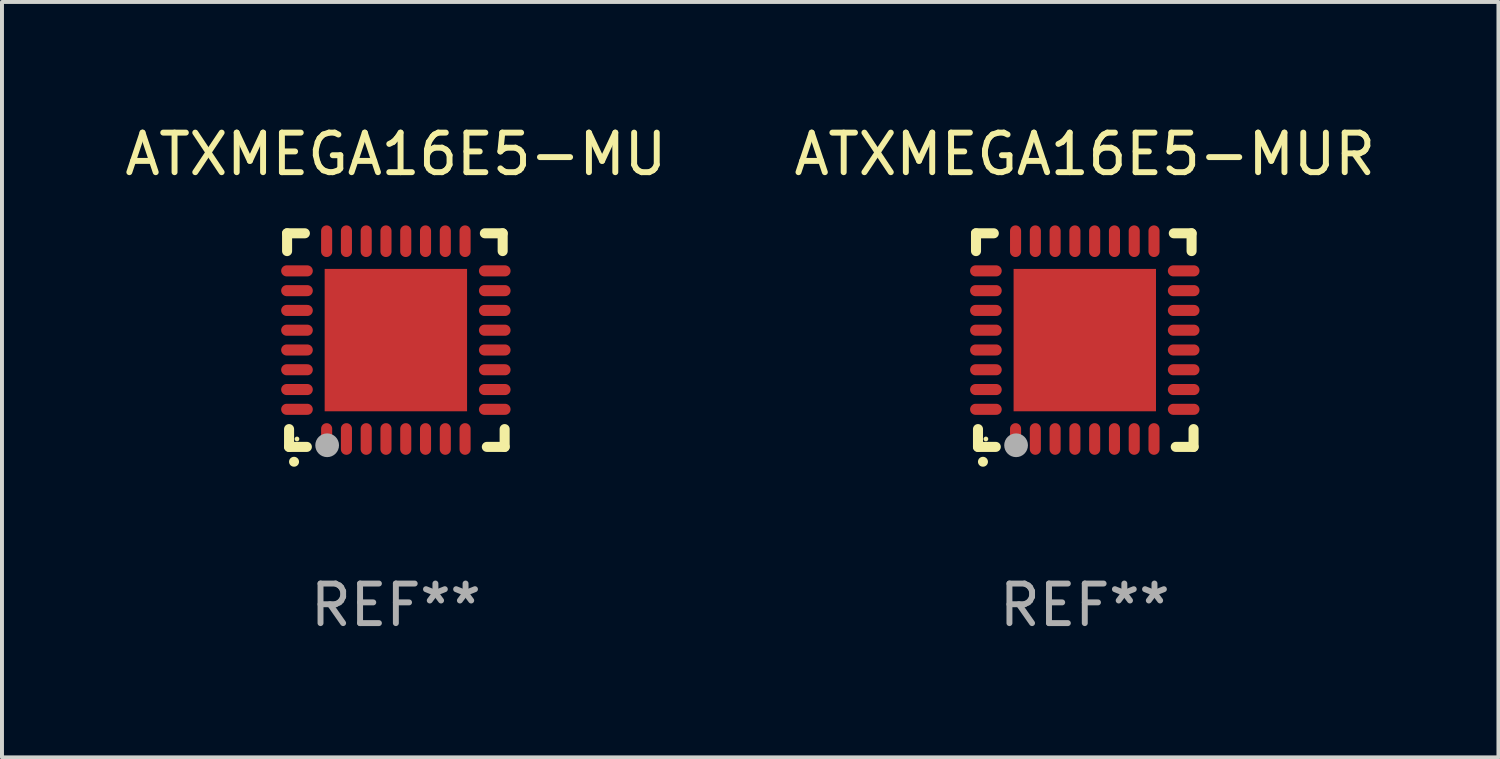
<source format=kicad_pcb>
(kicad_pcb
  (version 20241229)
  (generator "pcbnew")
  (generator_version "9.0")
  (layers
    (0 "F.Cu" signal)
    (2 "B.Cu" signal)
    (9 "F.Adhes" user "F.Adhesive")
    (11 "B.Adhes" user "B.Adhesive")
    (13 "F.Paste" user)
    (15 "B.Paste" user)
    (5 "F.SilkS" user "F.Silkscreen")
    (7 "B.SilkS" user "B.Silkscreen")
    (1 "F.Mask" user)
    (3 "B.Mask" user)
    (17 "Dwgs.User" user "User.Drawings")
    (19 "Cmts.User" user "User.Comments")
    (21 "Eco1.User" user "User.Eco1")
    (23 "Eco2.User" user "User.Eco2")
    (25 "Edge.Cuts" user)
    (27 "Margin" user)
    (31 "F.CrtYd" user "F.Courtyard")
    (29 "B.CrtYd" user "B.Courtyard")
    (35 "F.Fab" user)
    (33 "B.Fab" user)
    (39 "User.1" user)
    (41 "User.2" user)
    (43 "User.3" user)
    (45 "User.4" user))
  (footprint "ATXMEGA16E5-MU"
    (layer "F.Cu")
    (at 6.958 5.548)
    (property "Reference" "ATXMEGA16E5-MU" (at 0 -4.7 0) (layer "F.SilkS") (effects (font (size 1 1) (thickness 0.15))))
    (attr through_hole)
    (fp_line (start -2.75 -2.7) (end -2.75 -2.25) (stroke (width 0.254) (type solid)) (layer "F.SilkS"))
    (fp_line (start -2.7 2.7) (end -2.7 2.25) (stroke (width 0.254) (type solid)) (layer "F.SilkS"))
    (fp_line (start -2.3 -2.7) (end -2.75 -2.7) (stroke (width 0.254) (type solid)) (layer "F.SilkS"))
    (fp_line (start -2.25 2.7) (end -2.7 2.7) (stroke (width 0.254) (type solid)) (layer "F.SilkS"))
    (fp_line (start 2.3 2.7) (end 2.75 2.7) (stroke (width 0.254) (type solid)) (layer "F.SilkS"))
    (fp_line (start 2.7 -2.7) (end 2.25 -2.7) (stroke (width 0.254) (type solid)) (layer "F.SilkS"))
    (fp_line (start 2.7 -2.25) (end 2.7 -2.7) (stroke (width 0.254) (type solid)) (layer "F.SilkS"))
    (fp_line (start 2.75 2.7) (end 2.75 2.25) (stroke (width 0.254) (type solid)) (layer "F.SilkS"))
    (fp_arc (start -2.575565 3.075946) (mid -2.574295 3.07594) (end -2.573025 3.075946) (stroke (width 0.25) (type solid)) (layer "F.SilkS"))
    (fp_circle (center -2.5 2.5) (end -2.47 2.5) (stroke (width 0.06) (type solid)) (fill no) (layer "F.SilkS"))
    (fp_circle (center -1.737 2.659) (end -1.587 2.659) (stroke (width 0.3) (type solid)) (fill no) (layer "F.Fab"))
    (fp_text user "REF**" (at 0 6.7 0) (layer "F.Fab") (effects (font (size 1 1) (thickness 0.15))))
    (pad "1" smd oval (at -1.75 2.5) (size 0.28 0.8) (layers "F.Cu" "F.Mask" "F.Paste"))
    (pad "2" smd oval (at -1.25 2.5) (size 0.28 0.8) (layers "F.Cu" "F.Mask" "F.Paste"))
    (pad "3" smd oval (at -0.75 2.5) (size 0.28 0.8) (layers "F.Cu" "F.Mask" "F.Paste"))
    (pad "4" smd oval (at -0.25 2.5) (size 0.28 0.8) (layers "F.Cu" "F.Mask" "F.Paste"))
    (pad "5" smd oval (at 0.25 2.5) (size 0.28 0.8) (layers "F.Cu" "F.Mask" "F.Paste"))
    (pad "6" smd oval (at 0.75 2.5) (size 0.28 0.8) (layers "F.Cu" "F.Mask" "F.Paste"))
    (pad "7" smd oval (at 1.25 2.5) (size 0.28 0.8) (layers "F.Cu" "F.Mask" "F.Paste"))
    (pad "8" smd oval (at 1.75 2.5) (size 0.28 0.8) (layers "F.Cu" "F.Mask" "F.Paste"))
    (pad "9" smd oval (at 2.5 1.75) (size 0.8 0.28) (layers "F.Cu" "F.Mask" "F.Paste"))
    (pad "10" smd oval (at 2.5 1.25) (size 0.8 0.28) (layers "F.Cu" "F.Mask" "F.Paste"))
    (pad "11" smd oval (at 2.5 0.75) (size 0.8 0.28) (layers "F.Cu" "F.Mask" "F.Paste"))
    (pad "12" smd oval (at 2.5 0.25) (size 0.8 0.28) (layers "F.Cu" "F.Mask" "F.Paste"))
    (pad "13" smd oval (at 2.5 -0.25) (size 0.8 0.28) (layers "F.Cu" "F.Mask" "F.Paste"))
    (pad "14" smd oval (at 2.5 -0.75) (size 0.8 0.28) (layers "F.Cu" "F.Mask" "F.Paste"))
    (pad "15" smd oval (at 2.5 -1.25) (size 0.8 0.28) (layers "F.Cu" "F.Mask" "F.Paste"))
    (pad "16" smd oval (at 2.5 -1.75) (size 0.8 0.28) (layers "F.Cu" "F.Mask" "F.Paste"))
    (pad "17" smd oval (at 1.75 -2.5) (size 0.28 0.8) (layers "F.Cu" "F.Mask" "F.Paste"))
    (pad "18" smd oval (at 1.25 -2.5) (size 0.28 0.8) (layers "F.Cu" "F.Mask" "F.Paste"))
    (pad "19" smd oval (at 0.75 -2.5) (size 0.28 0.8) (layers "F.Cu" "F.Mask" "F.Paste"))
    (pad "20" smd oval (at 0.25 -2.5) (size 0.28 0.8) (layers "F.Cu" "F.Mask" "F.Paste"))
    (pad "21" smd oval (at -0.25 -2.5) (size 0.28 0.8) (layers "F.Cu" "F.Mask" "F.Paste"))
    (pad "22" smd oval (at -0.75 -2.5) (size 0.28 0.8) (layers "F.Cu" "F.Mask" "F.Paste"))
    (pad "23" smd oval (at -1.25 -2.5) (size 0.28 0.8) (layers "F.Cu" "F.Mask" "F.Paste"))
    (pad "24" smd oval (at -1.75 -2.5) (size 0.28 0.8) (layers "F.Cu" "F.Mask" "F.Paste"))
    (pad "25" smd oval (at -2.5 -1.75) (size 0.8 0.28) (layers "F.Cu" "F.Mask" "F.Paste"))
    (pad "26" smd oval (at -2.5 -1.25) (size 0.8 0.28) (layers "F.Cu" "F.Mask" "F.Paste"))
    (pad "27" smd oval (at -2.5 -0.75) (size 0.8 0.28) (layers "F.Cu" "F.Mask" "F.Paste"))
    (pad "28" smd oval (at -2.5 -0.25) (size 0.8 0.28) (layers "F.Cu" "F.Mask" "F.Paste"))
    (pad "29" smd oval (at -2.5 0.25) (size 0.8 0.28) (layers "F.Cu" "F.Mask" "F.Paste"))
    (pad "30" smd oval (at -2.5 0.75) (size 0.8 0.28) (layers "F.Cu" "F.Mask" "F.Paste"))
    (pad "31" smd oval (at -2.5 1.25) (size 0.8 0.28) (layers "F.Cu" "F.Mask" "F.Paste"))
    (pad "32" smd oval (at -2.5 1.75) (size 0.8 0.28) (layers "F.Cu" "F.Mask" "F.Paste"))
    (pad "33" smd rect (at 0.000076 0.000076) (size 3.6 3.6) (layers "F.Cu" "F.Mask" "F.Paste")))
  (footprint "ATXMEGA16E5-MUR"
    (layer "F.Cu")
    (at 24.375 5.548)
    (property "Reference" "ATXMEGA16E5-MUR" (at 0 -4.7 0) (layer "F.SilkS") (effects (font (size 1 1) (thickness 0.15))))
    (attr through_hole)
    (fp_line (start -2.75 -2.7) (end -2.75 -2.25) (stroke (width 0.254) (type solid)) (layer "F.SilkS"))
    (fp_line (start -2.7 2.7) (end -2.7 2.25) (stroke (width 0.254) (type solid)) (layer "F.SilkS"))
    (fp_line (start -2.3 -2.7) (end -2.75 -2.7) (stroke (width 0.254) (type solid)) (layer "F.SilkS"))
    (fp_line (start -2.25 2.7) (end -2.7 2.7) (stroke (width 0.254) (type solid)) (layer "F.SilkS"))
    (fp_line (start 2.3 2.7) (end 2.75 2.7) (stroke (width 0.254) (type solid)) (layer "F.SilkS"))
    (fp_line (start 2.7 -2.7) (end 2.25 -2.7) (stroke (width 0.254) (type solid)) (layer "F.SilkS"))
    (fp_line (start 2.7 -2.25) (end 2.7 -2.7) (stroke (width 0.254) (type solid)) (layer "F.SilkS"))
    (fp_line (start 2.75 2.7) (end 2.75 2.25) (stroke (width 0.254) (type solid)) (layer "F.SilkS"))
    (fp_arc (start -2.575565 3.075946) (mid -2.574295 3.07594) (end -2.573025 3.075946) (stroke (width 0.25) (type solid)) (layer "F.SilkS"))
    (fp_circle (center -2.5 2.5) (end -2.47 2.5) (stroke (width 0.06) (type solid)) (fill no) (layer "F.SilkS"))
    (fp_circle (center -1.737 2.659) (end -1.587 2.659) (stroke (width 0.3) (type solid)) (fill no) (layer "F.Fab"))
    (fp_text user "REF**" (at 0 6.7 0) (layer "F.Fab") (effects (font (size 1 1) (thickness 0.15))))
    (pad "1" smd oval (at -1.75 2.5) (size 0.28 0.8) (layers "F.Cu" "F.Mask" "F.Paste"))
    (pad "2" smd oval (at -1.25 2.5) (size 0.28 0.8) (layers "F.Cu" "F.Mask" "F.Paste"))
    (pad "3" smd oval (at -0.75 2.5) (size 0.28 0.8) (layers "F.Cu" "F.Mask" "F.Paste"))
    (pad "4" smd oval (at -0.25 2.5) (size 0.28 0.8) (layers "F.Cu" "F.Mask" "F.Paste"))
    (pad "5" smd oval (at 0.25 2.5) (size 0.28 0.8) (layers "F.Cu" "F.Mask" "F.Paste"))
    (pad "6" smd oval (at 0.75 2.5) (size 0.28 0.8) (layers "F.Cu" "F.Mask" "F.Paste"))
    (pad "7" smd oval (at 1.25 2.5) (size 0.28 0.8) (layers "F.Cu" "F.Mask" "F.Paste"))
    (pad "8" smd oval (at 1.75 2.5) (size 0.28 0.8) (layers "F.Cu" "F.Mask" "F.Paste"))
    (pad "9" smd oval (at 2.5 1.75) (size 0.8 0.28) (layers "F.Cu" "F.Mask" "F.Paste"))
    (pad "10" smd oval (at 2.5 1.25) (size 0.8 0.28) (layers "F.Cu" "F.Mask" "F.Paste"))
    (pad "11" smd oval (at 2.5 0.75) (size 0.8 0.28) (layers "F.Cu" "F.Mask" "F.Paste"))
    (pad "12" smd oval (at 2.5 0.25) (size 0.8 0.28) (layers "F.Cu" "F.Mask" "F.Paste"))
    (pad "13" smd oval (at 2.5 -0.25) (size 0.8 0.28) (layers "F.Cu" "F.Mask" "F.Paste"))
    (pad "14" smd oval (at 2.5 -0.75) (size 0.8 0.28) (layers "F.Cu" "F.Mask" "F.Paste"))
    (pad "15" smd oval (at 2.5 -1.25) (size 0.8 0.28) (layers "F.Cu" "F.Mask" "F.Paste"))
    (pad "16" smd oval (at 2.5 -1.75) (size 0.8 0.28) (layers "F.Cu" "F.Mask" "F.Paste"))
    (pad "17" smd oval (at 1.75 -2.5) (size 0.28 0.8) (layers "F.Cu" "F.Mask" "F.Paste"))
    (pad "18" smd oval (at 1.25 -2.5) (size 0.28 0.8) (layers "F.Cu" "F.Mask" "F.Paste"))
    (pad "19" smd oval (at 0.75 -2.5) (size 0.28 0.8) (layers "F.Cu" "F.Mask" "F.Paste"))
    (pad "20" smd oval (at 0.25 -2.5) (size 0.28 0.8) (layers "F.Cu" "F.Mask" "F.Paste"))
    (pad "21" smd oval (at -0.25 -2.5) (size 0.28 0.8) (layers "F.Cu" "F.Mask" "F.Paste"))
    (pad "22" smd oval (at -0.75 -2.5) (size 0.28 0.8) (layers "F.Cu" "F.Mask" "F.Paste"))
    (pad "23" smd oval (at -1.25 -2.5) (size 0.28 0.8) (layers "F.Cu" "F.Mask" "F.Paste"))
    (pad "24" smd oval (at -1.75 -2.5) (size 0.28 0.8) (layers "F.Cu" "F.Mask" "F.Paste"))
    (pad "25" smd oval (at -2.5 -1.75) (size 0.8 0.28) (layers "F.Cu" "F.Mask" "F.Paste"))
    (pad "26" smd oval (at -2.5 -1.25) (size 0.8 0.28) (layers "F.Cu" "F.Mask" "F.Paste"))
    (pad "27" smd oval (at -2.5 -0.75) (size 0.8 0.28) (layers "F.Cu" "F.Mask" "F.Paste"))
    (pad "28" smd oval (at -2.5 -0.25) (size 0.8 0.28) (layers "F.Cu" "F.Mask" "F.Paste"))
    (pad "29" smd oval (at -2.5 0.25) (size 0.8 0.28) (layers "F.Cu" "F.Mask" "F.Paste"))
    (pad "30" smd oval (at -2.5 0.75) (size 0.8 0.28) (layers "F.Cu" "F.Mask" "F.Paste"))
    (pad "31" smd oval (at -2.5 1.25) (size 0.8 0.28) (layers "F.Cu" "F.Mask" "F.Paste"))
    (pad "32" smd oval (at -2.5 1.75) (size 0.8 0.28) (layers "F.Cu" "F.Mask" "F.Paste"))
    (pad "33" smd rect (at 0.000076 0.000076) (size 3.6 3.6) (layers "F.Cu" "F.Mask" "F.Paste")))
  (gr_rect
    (start -3 -3)
    (end 34.833 16.097)
    (stroke (width 0.1) (type default))
    (fill no)
    (layer "Edge.Cuts")))
</source>
